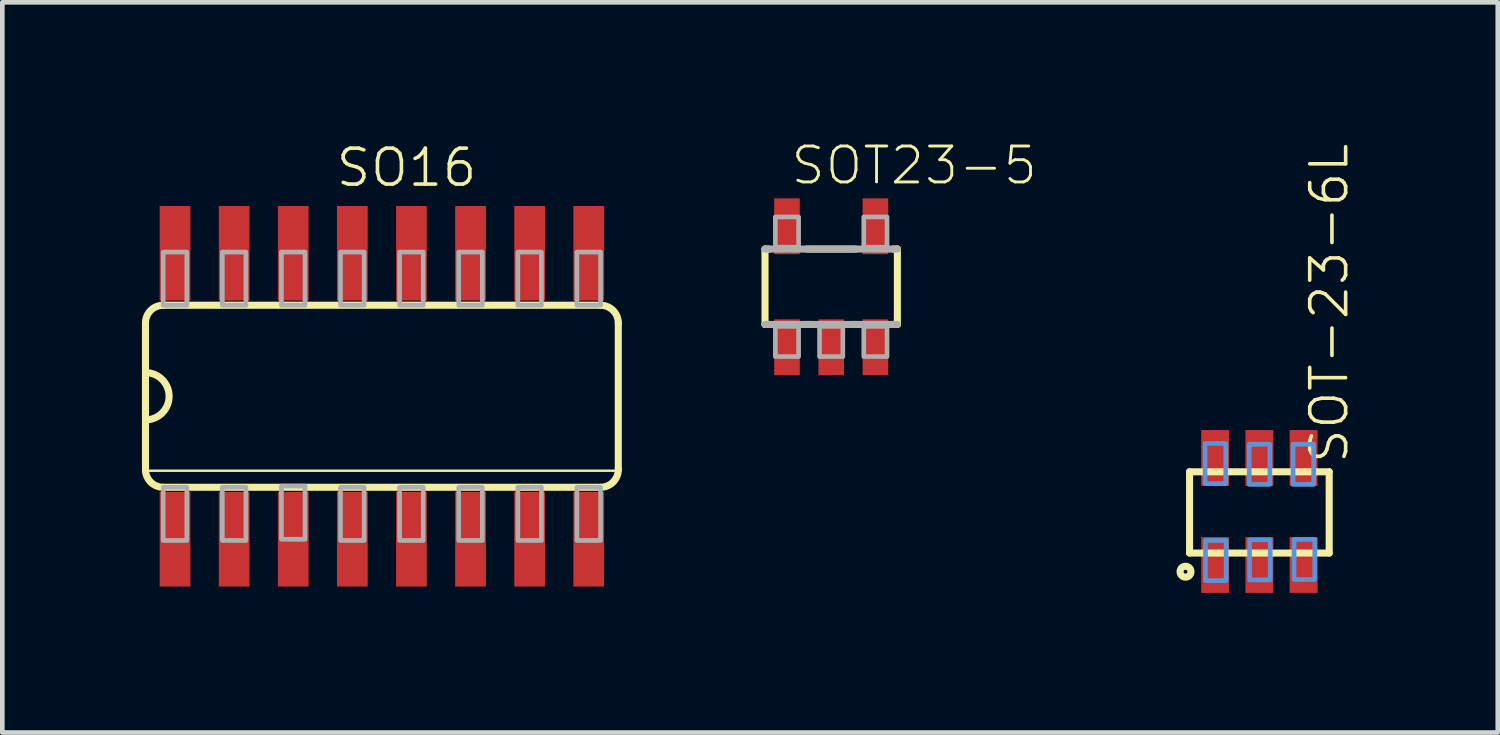
<source format=kicad_pcb>
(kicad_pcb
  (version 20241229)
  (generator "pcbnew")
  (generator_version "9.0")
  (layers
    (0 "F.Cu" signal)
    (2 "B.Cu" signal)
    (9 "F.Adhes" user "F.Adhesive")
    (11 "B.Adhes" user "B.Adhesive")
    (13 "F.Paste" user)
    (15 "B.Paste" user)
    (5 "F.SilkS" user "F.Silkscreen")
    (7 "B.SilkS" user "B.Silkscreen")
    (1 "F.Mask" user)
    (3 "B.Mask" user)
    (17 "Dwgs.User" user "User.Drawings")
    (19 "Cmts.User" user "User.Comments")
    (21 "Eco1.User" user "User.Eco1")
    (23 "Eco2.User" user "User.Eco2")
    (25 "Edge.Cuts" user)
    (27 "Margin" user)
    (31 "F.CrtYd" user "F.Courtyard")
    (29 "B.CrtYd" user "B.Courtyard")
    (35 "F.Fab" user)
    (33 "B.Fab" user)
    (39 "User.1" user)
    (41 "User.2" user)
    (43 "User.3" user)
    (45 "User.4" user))
  (footprint "SOT-23-6L"
    (layer "F.Cu")
    (at 24.012 6.791)
    (property "Reference" "SOT-23-6L" (at 1.952 0.163 270) (layer "F.SilkS") (effects (font (size 0.772 0.772) (thickness 0.077)) (justify left bottom)))
    (attr through_hole)
    (fp_line (start -1.5 0.297) (end 1.5 0.297) (stroke (width 0.152) (type solid)) (layer "F.SilkS"))
    (fp_line (start -1.5 2.043) (end -1.5 0.297) (stroke (width 0.152) (type solid)) (layer "F.SilkS"))
    (fp_line (start 1.5 0.297) (end 1.5 2.043) (stroke (width 0.152) (type solid)) (layer "F.SilkS"))
    (fp_line (start 1.5 2.043) (end -1.5 2.043) (stroke (width 0.152) (type solid)) (layer "F.SilkS"))
    (fp_circle (center -1.587 2.444) (end -1.47 2.444) (stroke (width 0.152) (type solid)) (fill no) (layer "F.SilkS"))
    (fp_poly (pts (xy -1.167 0.552) (xy -0.723 0.552) (xy -0.723 -0.311) (xy -1.167 -0.311)) (stroke (width 0.1) (type solid)) (fill no) (layer "Cmts.User"))
    (fp_poly (pts (xy -1.158 2.635) (xy -0.715 2.635) (xy -0.715 1.772) (xy -1.158 1.772)) (stroke (width 0.1) (type solid)) (fill no) (layer "Cmts.User"))
    (fp_poly (pts (xy -0.218 0.568) (xy 0.225 0.568) (xy 0.225 -0.295) (xy -0.218 -0.295)) (stroke (width 0.1) (type solid)) (fill no) (layer "Cmts.User"))
    (fp_poly (pts (xy -0.21 2.62) (xy 0.233 2.62) (xy 0.233 1.758) (xy -0.21 1.758)) (stroke (width 0.1) (type solid)) (fill no) (layer "Cmts.User"))
    (fp_poly (pts (xy 0.724 0.568) (xy 1.167 0.568) (xy 1.167 -0.295) (xy 0.724 -0.295)) (stroke (width 0.1) (type solid)) (fill no) (layer "Cmts.User"))
    (fp_poly (pts (xy 0.746 2.613) (xy 1.19 2.613) (xy 1.19 1.75) (xy 0.746 1.75)) (stroke (width 0.1) (type solid)) (fill no) (layer "Cmts.User"))
    (pad "1" smd rect (at -0.95 2.3 90) (size 1.2 0.6) (layers "F.Cu" "F.Mask" "F.Paste"))
    (pad "2" smd rect (at 0 2.3 90) (size 1.2 0.6) (layers "F.Cu" "F.Mask" "F.Paste"))
    (pad "3" smd rect (at 0.95 2.3 90) (size 1.2 0.6) (layers "F.Cu" "F.Mask" "F.Paste"))
    (pad "4" smd rect (at 0.95 0 90) (size 1.2 0.6) (layers "F.Cu" "F.Mask" "F.Paste"))
    (pad "5" smd rect (at 0 0 90) (size 1.2 0.6) (layers "F.Cu" "F.Mask" "F.Paste"))
    (pad "6" smd rect (at -0.95 0 90) (size 1.2 0.6) (layers "F.Cu" "F.Mask" "F.Paste")))
  (footprint "SO16"
    (layer "F.Cu")
    (at 5.156 5.465)
    (property "Reference" "SO16" (at -1.028 -4.461 0) (layer "F.SilkS") (effects (font (size 0.772 0.772) (thickness 0.077)) (justify left bottom)))
    (attr through_hole)
    (fp_line (start -5.08 -1.575) (end -5.08 1.575) (stroke (width 0.152) (type solid)) (layer "F.SilkS"))
    (fp_line (start -5.08 1.6) (end 5.08 1.6) (stroke (width 0.051) (type solid)) (layer "F.SilkS"))
    (fp_line (start -4.699 1.956) (end 4.699 1.956) (stroke (width 0.152) (type solid)) (layer "F.SilkS"))
    (fp_line (start 4.699 -1.956) (end -4.699 -1.956) (stroke (width 0.152) (type solid)) (layer "F.SilkS"))
    (fp_line (start 5.08 1.575) (end 5.08 -1.575) (stroke (width 0.152) (type solid)) (layer "F.SilkS"))
    (fp_arc (start -5.08 -1.5748) (mid -4.968408 -1.844208) (end -4.699 -1.9558) (stroke (width 0.1524) (type solid)) (layer "F.SilkS"))
    (fp_arc (start -5.08 -0.508) (mid -4.572 0) (end -5.08 0.508) (stroke (width 0.1524) (type solid)) (layer "F.SilkS"))
    (fp_arc (start -4.699 1.9558) (mid -4.968408 1.844208) (end -5.08 1.5748) (stroke (width 0.1524) (type solid)) (layer "F.SilkS"))
    (fp_arc (start 4.699 -1.9558) (mid 4.968408 -1.844208) (end 5.08 -1.5748) (stroke (width 0.1524) (type solid)) (layer "F.SilkS"))
    (fp_arc (start 5.08 1.5748) (mid 4.968408 1.844208) (end 4.699 1.9558) (stroke (width 0.1524) (type solid)) (layer "F.SilkS"))
    (fp_poly (pts (xy -4.699 -1.956) (xy -4.191 -1.956) (xy -4.191 -3.099) (xy -4.699 -3.099)) (stroke (width 0.1) (type solid)) (fill no) (layer "F.Fab"))
    (fp_poly (pts (xy -4.699 3.099) (xy -4.191 3.099) (xy -4.191 1.956) (xy -4.699 1.956)) (stroke (width 0.1) (type solid)) (fill no) (layer "F.Fab"))
    (fp_poly (pts (xy -3.429 -1.956) (xy -2.921 -1.956) (xy -2.921 -3.099) (xy -3.429 -3.099)) (stroke (width 0.1) (type solid)) (fill no) (layer "F.Fab"))
    (fp_poly (pts (xy -3.429 3.099) (xy -2.921 3.099) (xy -2.921 1.956) (xy -3.429 1.956)) (stroke (width 0.1) (type solid)) (fill no) (layer "F.Fab"))
    (fp_poly (pts (xy -2.159 -1.956) (xy -1.651 -1.956) (xy -1.651 -3.099) (xy -2.159 -3.099)) (stroke (width 0.1) (type solid)) (fill no) (layer "F.Fab"))
    (fp_poly (pts (xy -2.159 3.073) (xy -1.651 3.073) (xy -1.651 1.93) (xy -2.159 1.93)) (stroke (width 0.1) (type solid)) (fill no) (layer "F.Fab"))
    (fp_poly (pts (xy -0.889 -1.956) (xy -0.381 -1.956) (xy -0.381 -3.099) (xy -0.889 -3.099)) (stroke (width 0.1) (type solid)) (fill no) (layer "F.Fab"))
    (fp_poly (pts (xy -0.889 3.099) (xy -0.381 3.099) (xy -0.381 1.956) (xy -0.889 1.956)) (stroke (width 0.1) (type solid)) (fill no) (layer "F.Fab"))
    (fp_poly (pts (xy 0.381 -1.956) (xy 0.889 -1.956) (xy 0.889 -3.099) (xy 0.381 -3.099)) (stroke (width 0.1) (type solid)) (fill no) (layer "F.Fab"))
    (fp_poly (pts (xy 0.381 3.099) (xy 0.889 3.099) (xy 0.889 1.956) (xy 0.381 1.956)) (stroke (width 0.1) (type solid)) (fill no) (layer "F.Fab"))
    (fp_poly (pts (xy 1.651 -1.956) (xy 2.159 -1.956) (xy 2.159 -3.099) (xy 1.651 -3.099)) (stroke (width 0.1) (type solid)) (fill no) (layer "F.Fab"))
    (fp_poly (pts (xy 1.651 3.099) (xy 2.159 3.099) (xy 2.159 1.956) (xy 1.651 1.956)) (stroke (width 0.1) (type solid)) (fill no) (layer "F.Fab"))
    (fp_poly (pts (xy 2.921 -1.956) (xy 3.429 -1.956) (xy 3.429 -3.099) (xy 2.921 -3.099)) (stroke (width 0.1) (type solid)) (fill no) (layer "F.Fab"))
    (fp_poly (pts (xy 2.921 3.099) (xy 3.429 3.099) (xy 3.429 1.956) (xy 2.921 1.956)) (stroke (width 0.1) (type solid)) (fill no) (layer "F.Fab"))
    (fp_poly (pts (xy 4.191 -1.956) (xy 4.699 -1.956) (xy 4.699 -3.099) (xy 4.191 -3.099)) (stroke (width 0.1) (type solid)) (fill no) (layer "F.Fab"))
    (fp_poly (pts (xy 4.191 3.099) (xy 4.699 3.099) (xy 4.699 1.956) (xy 4.191 1.956)) (stroke (width 0.1) (type solid)) (fill no) (layer "F.Fab"))
    (pad "1" smd rect (at -4.445 3.073) (size 0.66 2.032) (layers "F.Cu" "F.Mask" "F.Paste"))
    (pad "2" smd rect (at -3.175 3.073) (size 0.66 2.032) (layers "F.Cu" "F.Mask" "F.Paste"))
    (pad "3" smd rect (at -1.905 3.073) (size 0.66 2.032) (layers "F.Cu" "F.Mask" "F.Paste"))
    (pad "4" smd rect (at -0.635 3.073) (size 0.66 2.032) (layers "F.Cu" "F.Mask" "F.Paste"))
    (pad "5" smd rect (at 0.635 3.073) (size 0.66 2.032) (layers "F.Cu" "F.Mask" "F.Paste"))
    (pad "6" smd rect (at 1.905 3.073) (size 0.66 2.032) (layers "F.Cu" "F.Mask" "F.Paste"))
    (pad "7" smd rect (at 3.175 3.073) (size 0.66 2.032) (layers "F.Cu" "F.Mask" "F.Paste"))
    (pad "8" smd rect (at 4.445 3.073) (size 0.66 2.032) (layers "F.Cu" "F.Mask" "F.Paste"))
    (pad "9" smd rect (at 4.445 -3.073) (size 0.66 2.032) (layers "F.Cu" "F.Mask" "F.Paste"))
    (pad "10" smd rect (at 3.175 -3.073) (size 0.66 2.032) (layers "F.Cu" "F.Mask" "F.Paste"))
    (pad "11" smd rect (at 1.905 -3.073) (size 0.66 2.032) (layers "F.Cu" "F.Mask" "F.Paste"))
    (pad "12" smd rect (at 0.635 -3.073) (size 0.66 2.032) (layers "F.Cu" "F.Mask" "F.Paste"))
    (pad "13" smd rect (at -0.635 -3.073) (size 0.66 2.032) (layers "F.Cu" "F.Mask" "F.Paste"))
    (pad "14" smd rect (at -1.905 -3.073) (size 0.66 2.032) (layers "F.Cu" "F.Mask" "F.Paste"))
    (pad "15" smd rect (at -3.175 -3.073) (size 0.66 2.032) (layers "F.Cu" "F.Mask" "F.Paste"))
    (pad "16" smd rect (at -4.445 -3.073) (size 0.66 2.032) (layers "F.Cu" "F.Mask" "F.Paste")))
  (footprint "SOT23-5"
    (layer "F.Cu")
    (at 14.811 3.112)
    (property "Reference" "SOT23-5" (at -0.905 -2.155 180) (layer "F.SilkS") (effects (font (size 0.772 0.772) (thickness 0.062)) (justify left bottom)))
    (attr through_hole)
    (fp_line (start -1.422 -0.81) (end -1.328 -0.81) (stroke (width 0.152) (type solid)) (layer "F.SilkS"))
    (fp_line (start -1.422 0.81) (end -1.422 -0.81) (stroke (width 0.152) (type solid)) (layer "F.SilkS"))
    (fp_line (start -1.328 0.81) (end -1.422 0.81) (stroke (width 0.152) (type solid)) (layer "F.SilkS"))
    (fp_line (start -0.522 -0.81) (end 0.522 -0.81) (stroke (width 0.152) (type solid)) (layer "F.SilkS"))
    (fp_line (start -0.428 0.81) (end -0.522 0.81) (stroke (width 0.152) (type solid)) (layer "F.SilkS"))
    (fp_line (start 0.522 0.81) (end 0.428 0.81) (stroke (width 0.152) (type solid)) (layer "F.SilkS"))
    (fp_line (start 1.328 -0.81) (end 1.422 -0.81) (stroke (width 0.152) (type solid)) (layer "F.SilkS"))
    (fp_line (start 1.422 -0.81) (end 1.422 0.81) (stroke (width 0.152) (type solid)) (layer "F.SilkS"))
    (fp_line (start 1.422 0.81) (end 1.328 0.81) (stroke (width 0.152) (type solid)) (layer "F.SilkS"))
    (fp_line (start -1.422 -0.81) (end 1.422 -0.81) (stroke (width 0.152) (type solid)) (layer "F.Fab"))
    (fp_line (start 1.422 0.81) (end -1.422 0.81) (stroke (width 0.152) (type solid)) (layer "F.Fab"))
    (fp_poly (pts (xy -1.2 -0.85) (xy -0.7 -0.85) (xy -0.7 -1.5) (xy -1.2 -1.5)) (stroke (width 0.1) (type solid)) (fill no) (layer "F.Fab"))
    (fp_poly (pts (xy -1.2 1.5) (xy -0.7 1.5) (xy -0.7 0.85) (xy -1.2 0.85)) (stroke (width 0.1) (type solid)) (fill no) (layer "F.Fab"))
    (fp_poly (pts (xy -0.25 1.5) (xy 0.25 1.5) (xy 0.25 0.85) (xy -0.25 0.85)) (stroke (width 0.1) (type solid)) (fill no) (layer "F.Fab"))
    (fp_poly (pts (xy 0.7 -0.85) (xy 1.2 -0.85) (xy 1.2 -1.5) (xy 0.7 -1.5)) (stroke (width 0.1) (type solid)) (fill no) (layer "F.Fab"))
    (fp_poly (pts (xy 0.7 1.5) (xy 1.2 1.5) (xy 1.2 0.85) (xy 0.7 0.85)) (stroke (width 0.1) (type solid)) (fill no) (layer "F.Fab"))
    (pad "1" smd rect (at -0.95 1.3) (size 0.55 1.2) (layers "F.Cu" "F.Mask" "F.Paste"))
    (pad "2" smd rect (at 0 1.3) (size 0.55 1.2) (layers "F.Cu" "F.Mask" "F.Paste"))
    (pad "3" smd rect (at 0.95 1.3) (size 0.55 1.2) (layers "F.Cu" "F.Mask" "F.Paste"))
    (pad "4" smd rect (at 0.95 -1.3) (size 0.55 1.2) (layers "F.Cu" "F.Mask" "F.Paste"))
    (pad "5" smd rect (at -0.95 -1.3) (size 0.55 1.2) (layers "F.Cu" "F.Mask" "F.Paste")))
  (gr_rect
    (start -3 -3)
    (end 29.135 12.691)
    (stroke (width 0.1) (type default))
    (fill no)
    (layer "Edge.Cuts")))
</source>
